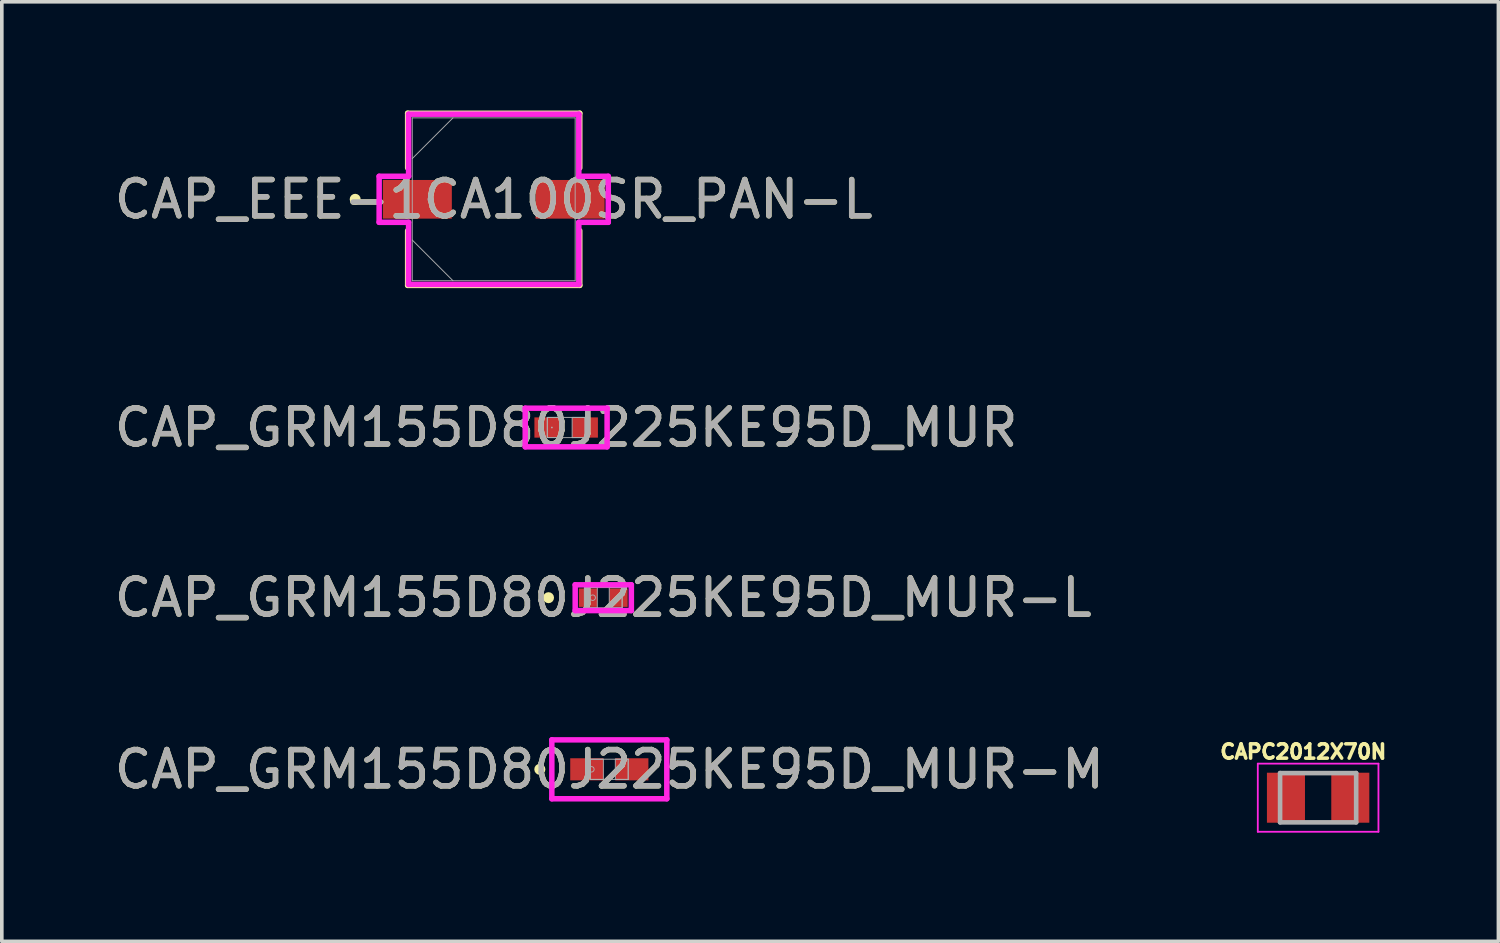
<source format=kicad_pcb>
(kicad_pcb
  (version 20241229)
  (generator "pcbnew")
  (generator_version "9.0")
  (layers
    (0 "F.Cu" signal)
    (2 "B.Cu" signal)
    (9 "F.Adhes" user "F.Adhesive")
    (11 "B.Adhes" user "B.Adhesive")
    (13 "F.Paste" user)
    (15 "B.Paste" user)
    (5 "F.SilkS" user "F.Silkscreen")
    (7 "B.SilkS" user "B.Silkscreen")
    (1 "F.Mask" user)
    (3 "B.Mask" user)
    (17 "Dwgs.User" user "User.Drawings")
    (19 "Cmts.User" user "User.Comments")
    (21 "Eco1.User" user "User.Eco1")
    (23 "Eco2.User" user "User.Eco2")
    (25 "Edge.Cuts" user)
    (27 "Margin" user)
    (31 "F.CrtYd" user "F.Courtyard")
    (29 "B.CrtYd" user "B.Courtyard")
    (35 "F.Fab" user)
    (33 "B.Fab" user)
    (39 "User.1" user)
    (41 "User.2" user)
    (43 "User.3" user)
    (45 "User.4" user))
  (footprint "CAPC2012X70N"
    (layer "F.Cu")
    (at 33.332 18.968)
    (property "Reference" "CAPC2012X70N" (at -0.41 -1.27 0) (layer "F.SilkS") (effects (font (size 0.394 0.394) (thickness 0.15))))
    (attr smd)
    (fp_line (start -1.665 -0.94) (end 1.665 -0.94) (stroke (width 0.05) (type solid)) (layer "F.CrtYd"))
    (fp_line (start -1.665 0.94) (end -1.665 -0.94) (stroke (width 0.05) (type solid)) (layer "F.CrtYd"))
    (fp_line (start -1.665 0.94) (end 1.665 0.94) (stroke (width 0.05) (type solid)) (layer "F.CrtYd"))
    (fp_line (start 1.665 0.94) (end 1.665 -0.94) (stroke (width 0.05) (type solid)) (layer "F.CrtYd"))
    (fp_line (start -1.05 0.68) (end -1.05 -0.68) (stroke (width 0.127) (type solid)) (layer "F.Fab"))
    (fp_line (start 1.05 -0.68) (end -1.05 -0.68) (stroke (width 0.127) (type solid)) (layer "F.Fab"))
    (fp_line (start 1.05 0.68) (end -1.05 0.68) (stroke (width 0.127) (type solid)) (layer "F.Fab"))
    (fp_line (start 1.05 0.68) (end 1.05 -0.68) (stroke (width 0.127) (type solid)) (layer "F.Fab"))
    (pad "1" smd rect (at -0.888 0) (size 1.05 1.38) (layers "F.Cu" "F.Mask" "F.Paste"))
    (pad "2" smd rect (at 0.888 0) (size 1.05 1.38) (layers "F.Cu" "F.Mask" "F.Paste")))
  (footprint "CAP_EEE-1CA100SR_PAN-L"
    (layer "F.Cu")
    (at 10.577 2.451)
    (property "Reference" "CAP_EEE-1CA100SR_PAN-L" (at 0 0 0) (unlocked yes) (layer "F.SilkS") (effects (font (size 1 1) (thickness 0.15))))
    (attr smd)
    (fp_line (start -2.375 -2.375) (end -2.375 -0.866) (stroke (width 0.152) (type solid)) (layer "F.SilkS"))
    (fp_line (start -2.375 0.866) (end -2.375 2.375) (stroke (width 0.152) (type solid)) (layer "F.SilkS"))
    (fp_line (start -2.375 2.375) (end 2.375 2.375) (stroke (width 0.152) (type solid)) (layer "F.SilkS"))
    (fp_line (start 2.375 -2.375) (end -2.375 -2.375) (stroke (width 0.152) (type solid)) (layer "F.SilkS"))
    (fp_line (start 2.375 -0.866) (end 2.375 -2.375) (stroke (width 0.152) (type solid)) (layer "F.SilkS"))
    (fp_line (start 2.375 2.375) (end 2.375 0.866) (stroke (width 0.152) (type solid)) (layer "F.SilkS"))
    (fp_circle (center -3.823 0) (end -3.747 0) (stroke (width 0.152) (type solid)) (fill no) (layer "F.SilkS"))
    (fp_line (start -3.162 -0.635) (end -2.349 -0.635) (stroke (width 0.152) (type solid)) (layer "F.CrtYd"))
    (fp_line (start -3.162 0.635) (end -3.162 -0.635) (stroke (width 0.152) (type solid)) (layer "F.CrtYd"))
    (fp_line (start -2.349 -2.349) (end 2.349 -2.349) (stroke (width 0.152) (type solid)) (layer "F.CrtYd"))
    (fp_line (start -2.349 -0.635) (end -2.349 -2.349) (stroke (width 0.152) (type solid)) (layer "F.CrtYd"))
    (fp_line (start -2.349 0.635) (end -3.162 0.635) (stroke (width 0.152) (type solid)) (layer "F.CrtYd"))
    (fp_line (start -2.349 2.349) (end -2.349 0.635) (stroke (width 0.152) (type solid)) (layer "F.CrtYd"))
    (fp_line (start 2.349 -2.349) (end 2.349 -0.635) (stroke (width 0.152) (type solid)) (layer "F.CrtYd"))
    (fp_line (start 2.349 -0.635) (end 3.162 -0.635) (stroke (width 0.152) (type solid)) (layer "F.CrtYd"))
    (fp_line (start 2.349 0.635) (end 2.349 2.349) (stroke (width 0.152) (type solid)) (layer "F.CrtYd"))
    (fp_line (start 2.349 2.349) (end -2.349 2.349) (stroke (width 0.152) (type solid)) (layer "F.CrtYd"))
    (fp_line (start 3.162 -0.635) (end 3.162 0.635) (stroke (width 0.152) (type solid)) (layer "F.CrtYd"))
    (fp_line (start 3.162 0.635) (end 2.349 0.635) (stroke (width 0.152) (type solid)) (layer "F.CrtYd"))
    (fp_line (start -2.248 -2.248) (end -2.248 2.248) (stroke (width 0.025) (type solid)) (layer "F.Fab"))
    (fp_line (start -2.248 -1.124) (end -1.124 -2.248) (stroke (width 0.025) (type solid)) (layer "F.Fab"))
    (fp_line (start -2.248 1.124) (end -1.124 2.248) (stroke (width 0.025) (type solid)) (layer "F.Fab"))
    (fp_line (start -2.248 2.248) (end 2.248 2.248) (stroke (width 0.025) (type solid)) (layer "F.Fab"))
    (fp_line (start 2.248 -2.248) (end -2.248 -2.248) (stroke (width 0.025) (type solid)) (layer "F.Fab"))
    (fp_line (start 2.248 2.248) (end 2.248 -2.248) (stroke (width 0.025) (type solid)) (layer "F.Fab"))
    (fp_circle (center -1.74 0) (end -1.664 0) (stroke (width 0.025) (type solid)) (fill no) (layer "F.Fab"))
    (fp_text user "${REFERENCE}" (at 0 0 0) (unlocked yes) (layer "F.Fab") (effects (font (size 1 1) (thickness 0.15))))
    (pad "1" smd rect (at -2.108 0) (size 1.905 1.067) (layers "F.Cu" "F.Mask" "F.Paste"))
    (pad "2" smd rect (at 2.108 0) (size 1.905 1.067) (layers "F.Cu" "F.Mask" "F.Paste"))
    (zone (net_name "") (layer "F.Cu") (hatch full 0.508) (connect_pads) (min_thickness 0.254) (filled_areas_thickness no) (keepout (tracks not_allowed) (vias not_allowed) (pads allowed) (copperpour not_allowed) (footprints allowed)) (placement (enabled no)) (fill) (polygon (pts (xy 8.38 0.254) (xy 12.774 0.254) (xy 12.774 1.867) (xy 8.38 1.867))))
    (zone (net_name "") (layer "F.Cu") (hatch full 0.508) (connect_pads) (min_thickness 0.254) (filled_areas_thickness no) (keepout (tracks not_allowed) (vias not_allowed) (pads allowed) (copperpour not_allowed) (footprints allowed)) (placement (enabled no)) (fill) (polygon (pts (xy 8.38 3.035) (xy 12.774 3.035) (xy 12.774 4.648) (xy 8.38 4.648))))
    (zone (net_name "") (layer "F.Cu") (hatch full 0.508) (connect_pads) (min_thickness 0.254) (filled_areas_thickness no) (keepout (tracks not_allowed) (vias not_allowed) (pads allowed) (copperpour not_allowed) (footprints allowed)) (placement (enabled no)) (fill) (polygon (pts (xy 9.472 1.867) (xy 11.682 1.867) (xy 11.682 3.035) (xy 9.472 3.035)))))
  (footprint "CAP_GRM155D80J225KE95D_MUR"
    (layer "F.Cu")
    (at 12.577 8.75)
    (property "Reference" "CAP_GRM155D80J225KE95D_MUR" (at 0 0 0) (unlocked yes) (layer "F.SilkS") (effects (font (size 1 1) (thickness 0.15))))
    (attr smd)
    (fp_line (start -1.13 -0.533) (end 1.13 -0.533) (stroke (width 0.152) (type solid)) (layer "F.CrtYd"))
    (fp_line (start -1.13 0.533) (end -1.13 -0.533) (stroke (width 0.152) (type solid)) (layer "F.CrtYd"))
    (fp_line (start 1.13 -0.533) (end 1.13 0.533) (stroke (width 0.152) (type solid)) (layer "F.CrtYd"))
    (fp_line (start 1.13 0.533) (end -1.13 0.533) (stroke (width 0.152) (type solid)) (layer "F.CrtYd"))
    (fp_line (start -0.521 -0.279) (end -0.521 0.279) (stroke (width 0.025) (type solid)) (layer "F.Fab"))
    (fp_line (start -0.521 -0.279) (end -0.521 0.279) (stroke (width 0.025) (type solid)) (layer "F.Fab"))
    (fp_line (start -0.521 0.279) (end -0.165 0.279) (stroke (width 0.025) (type solid)) (layer "F.Fab"))
    (fp_line (start -0.521 0.279) (end 0.521 0.279) (stroke (width 0.025) (type solid)) (layer "F.Fab"))
    (fp_line (start -0.165 -0.279) (end -0.521 -0.279) (stroke (width 0.025) (type solid)) (layer "F.Fab"))
    (fp_line (start -0.165 0.279) (end -0.165 -0.279) (stroke (width 0.025) (type solid)) (layer "F.Fab"))
    (fp_line (start 0.165 -0.279) (end 0.165 0.279) (stroke (width 0.025) (type solid)) (layer "F.Fab"))
    (fp_line (start 0.165 0.279) (end 0.521 0.279) (stroke (width 0.025) (type solid)) (layer "F.Fab"))
    (fp_line (start 0.521 -0.279) (end -0.521 -0.279) (stroke (width 0.025) (type solid)) (layer "F.Fab"))
    (fp_line (start 0.521 -0.279) (end 0.165 -0.279) (stroke (width 0.025) (type solid)) (layer "F.Fab"))
    (fp_line (start 0.521 0.279) (end 0.521 -0.279) (stroke (width 0.025) (type solid)) (layer "F.Fab"))
    (fp_line (start 0.521 0.279) (end 0.521 -0.279) (stroke (width 0.025) (type solid)) (layer "F.Fab"))
    (fp_circle (center -0.394 0) (end -0.394 0) (stroke (width 0.025) (type solid)) (fill no) (layer "F.Fab"))
    (fp_text user "${REFERENCE}" (at 0 0 0) (unlocked yes) (layer "F.Fab") (effects (font (size 1 1) (thickness 0.15))))
    (pad "1" smd rect (at -0.521 0) (size 0.711 0.559) (layers "F.Cu" "F.Mask" "F.Paste"))
    (pad "2" smd rect (at 0.521 0) (size 0.711 0.559) (layers "F.Cu" "F.Mask" "F.Paste"))
    (zone (net_name "") (layer "F.Cu") (hatch full 0.508) (connect_pads) (min_thickness 0.254) (filled_areas_thickness no) (keepout (tracks not_allowed) (vias not_allowed) (pads allowed) (copperpour not_allowed) (footprints allowed)) (placement (enabled no)) (fill) (polygon (pts (xy 12.463 8.522) (xy 12.692 8.522) (xy 12.692 8.979) (xy 12.463 8.979)))))
  (footprint "CAP_GRM155D80J225KE95D_MUR-L"
    (layer "F.Cu")
    (at 13.601 13.447)
    (property "Reference" "CAP_GRM155D80J225KE95D_MUR-L" (at 0 0 0) (unlocked yes) (layer "F.SilkS") (effects (font (size 1 1) (thickness 0.15))))
    (attr smd)
    (fp_circle (center -1.511 0) (end -1.435 0) (stroke (width 0.152) (type solid)) (fill no) (layer "F.SilkS"))
    (fp_line (start -0.775 -0.356) (end 0.775 -0.356) (stroke (width 0.152) (type solid)) (layer "F.CrtYd"))
    (fp_line (start -0.775 0.356) (end -0.775 -0.356) (stroke (width 0.152) (type solid)) (layer "F.CrtYd"))
    (fp_line (start 0.775 -0.356) (end 0.775 0.356) (stroke (width 0.152) (type solid)) (layer "F.CrtYd"))
    (fp_line (start 0.775 0.356) (end -0.775 0.356) (stroke (width 0.152) (type solid)) (layer "F.CrtYd"))
    (fp_line (start -0.521 -0.279) (end -0.521 0.279) (stroke (width 0.025) (type solid)) (layer "F.Fab"))
    (fp_line (start -0.521 -0.279) (end -0.521 0.279) (stroke (width 0.025) (type solid)) (layer "F.Fab"))
    (fp_line (start -0.521 0.279) (end -0.165 0.279) (stroke (width 0.025) (type solid)) (layer "F.Fab"))
    (fp_line (start -0.521 0.279) (end 0.521 0.279) (stroke (width 0.025) (type solid)) (layer "F.Fab"))
    (fp_line (start -0.165 -0.279) (end -0.521 -0.279) (stroke (width 0.025) (type solid)) (layer "F.Fab"))
    (fp_line (start -0.165 0.279) (end -0.165 -0.279) (stroke (width 0.025) (type solid)) (layer "F.Fab"))
    (fp_line (start 0.165 -0.279) (end 0.165 0.279) (stroke (width 0.025) (type solid)) (layer "F.Fab"))
    (fp_line (start 0.165 0.279) (end 0.521 0.279) (stroke (width 0.025) (type solid)) (layer "F.Fab"))
    (fp_line (start 0.521 -0.279) (end -0.521 -0.279) (stroke (width 0.025) (type solid)) (layer "F.Fab"))
    (fp_line (start 0.521 -0.279) (end 0.165 -0.279) (stroke (width 0.025) (type solid)) (layer "F.Fab"))
    (fp_line (start 0.521 0.279) (end 0.521 -0.279) (stroke (width 0.025) (type solid)) (layer "F.Fab"))
    (fp_line (start 0.521 0.279) (end 0.521 -0.279) (stroke (width 0.025) (type solid)) (layer "F.Fab"))
    (fp_circle (center -0.292 0) (end -0.216 0) (stroke (width 0.025) (type solid)) (fill no) (layer "F.Fab"))
    (fp_text user "${REFERENCE}" (at 0 0 0) (unlocked yes) (layer "F.Fab") (effects (font (size 1 1) (thickness 0.15))))
    (pad "1" smd rect (at -0.419 0) (size 0.508 0.508) (layers "F.Cu" "F.Mask" "F.Paste"))
    (pad "2" smd rect (at 0.419 0) (size 0.508 0.508) (layers "F.Cu" "F.Mask" "F.Paste"))
    (zone (net_name "") (layer "F.Cu") (hatch full 0.508) (connect_pads) (min_thickness 0.254) (filled_areas_thickness no) (keepout (tracks not_allowed) (vias not_allowed) (pads allowed) (copperpour not_allowed) (footprints allowed)) (placement (enabled no)) (fill) (polygon (pts (xy 13.487 13.218) (xy 13.715 13.218) (xy 13.715 13.676) (xy 13.487 13.676)))))
  (footprint "CAP_GRM155D80J225KE95D_MUR-M"
    (layer "F.Cu")
    (at 13.768 18.184)
    (property "Reference" "CAP_GRM155D80J225KE95D_MUR-M" (at 0 0 0) (unlocked yes) (layer "F.SilkS") (effects (font (size 1 1) (thickness 0.15))))
    (attr smd)
    (fp_circle (center -1.918 0) (end -1.841 0) (stroke (width 0.152) (type solid)) (fill no) (layer "F.SilkS"))
    (fp_line (start -1.587 -0.813) (end 1.587 -0.813) (stroke (width 0.152) (type solid)) (layer "F.CrtYd"))
    (fp_line (start -1.587 0.813) (end -1.587 -0.813) (stroke (width 0.152) (type solid)) (layer "F.CrtYd"))
    (fp_line (start 1.587 -0.813) (end 1.587 0.813) (stroke (width 0.152) (type solid)) (layer "F.CrtYd"))
    (fp_line (start 1.587 0.813) (end -1.587 0.813) (stroke (width 0.152) (type solid)) (layer "F.CrtYd"))
    (fp_line (start -0.521 -0.279) (end -0.521 0.279) (stroke (width 0.025) (type solid)) (layer "F.Fab"))
    (fp_line (start -0.521 -0.279) (end -0.521 0.279) (stroke (width 0.025) (type solid)) (layer "F.Fab"))
    (fp_line (start -0.521 0.279) (end -0.165 0.279) (stroke (width 0.025) (type solid)) (layer "F.Fab"))
    (fp_line (start -0.521 0.279) (end 0.521 0.279) (stroke (width 0.025) (type solid)) (layer "F.Fab"))
    (fp_line (start -0.165 -0.279) (end -0.521 -0.279) (stroke (width 0.025) (type solid)) (layer "F.Fab"))
    (fp_line (start -0.165 0.279) (end -0.165 -0.279) (stroke (width 0.025) (type solid)) (layer "F.Fab"))
    (fp_line (start 0.165 -0.279) (end 0.165 0.279) (stroke (width 0.025) (type solid)) (layer "F.Fab"))
    (fp_line (start 0.165 0.279) (end 0.521 0.279) (stroke (width 0.025) (type solid)) (layer "F.Fab"))
    (fp_line (start 0.521 -0.279) (end -0.521 -0.279) (stroke (width 0.025) (type solid)) (layer "F.Fab"))
    (fp_line (start 0.521 -0.279) (end 0.165 -0.279) (stroke (width 0.025) (type solid)) (layer "F.Fab"))
    (fp_line (start 0.521 0.279) (end 0.521 -0.279) (stroke (width 0.025) (type solid)) (layer "F.Fab"))
    (fp_line (start 0.521 0.279) (end 0.521 -0.279) (stroke (width 0.025) (type solid)) (layer "F.Fab"))
    (fp_circle (center -0.495 0) (end -0.419 0) (stroke (width 0.025) (type solid)) (fill no) (layer "F.Fab"))
    (fp_text user "${REFERENCE}" (at 0 0 0) (unlocked yes) (layer "F.Fab") (effects (font (size 1 1) (thickness 0.15))))
    (pad "1" smd rect (at -0.622 0) (size 0.914 0.61) (layers "F.Cu" "F.Mask" "F.Paste"))
    (pad "2" smd rect (at 0.622 0) (size 0.914 0.61) (layers "F.Cu" "F.Mask" "F.Paste"))
    (zone (net_name "") (layer "F.Cu") (hatch full 0.508) (connect_pads) (min_thickness 0.254) (filled_areas_thickness no) (keepout (tracks not_allowed) (vias not_allowed) (pads allowed) (copperpour not_allowed) (footprints allowed)) (placement (enabled no)) (fill) (polygon (pts (xy 13.654 17.956) (xy 13.882 17.956) (xy 13.882 18.413) (xy 13.654 18.413)))))
  (gr_rect
    (start -3 -3)
    (end 38.308 22.933)
    (stroke (width 0.1) (type default))
    (fill no)
    (layer "Edge.Cuts")))
</source>
